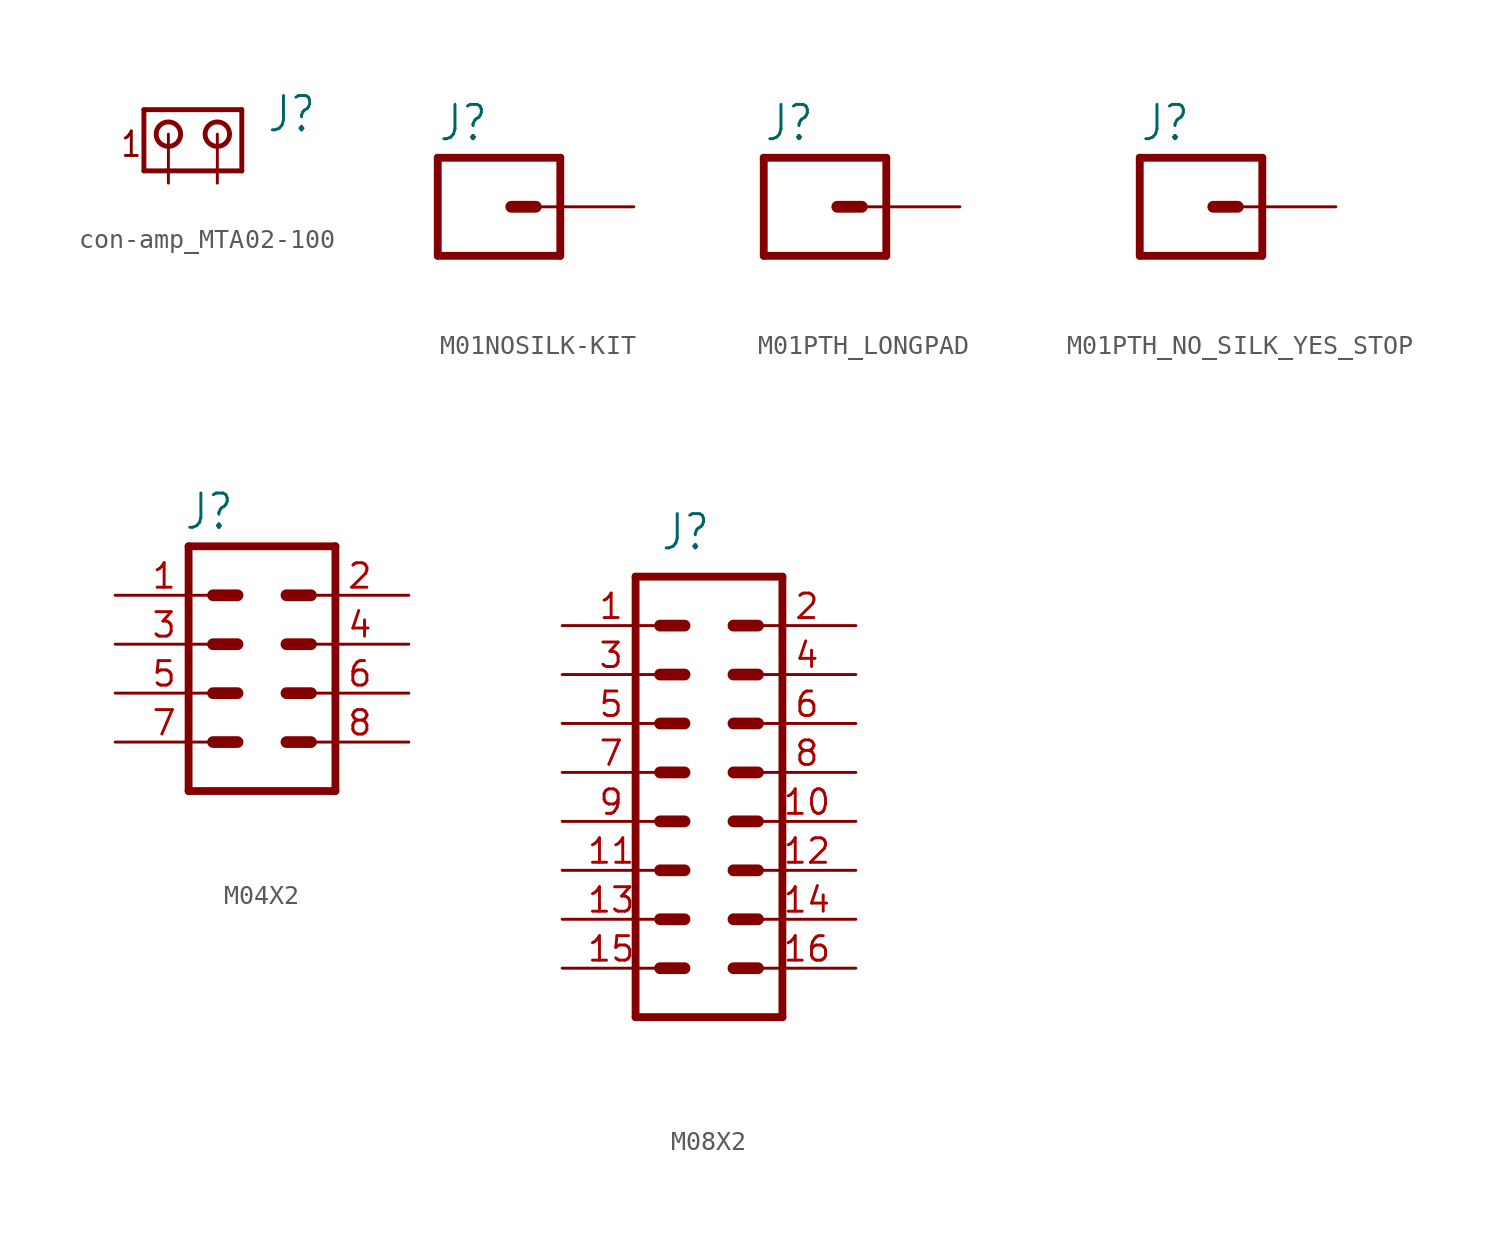
<source format=kicad_sym>
(kicad_symbol_lib
  (version 20231120)
  (generator "kicad_symbol_editor")
  (generator_version "8.0")
  (symbol "con-amp_MTA02-100"
    (property "Reference" "J"
      (at 5.08 0 0)
      (effects (font (size 1.778 1.511)) (justify left bottom)))
    (property "Value" ""
      (at 5.08 -3.81 0)
      (effects (font (size 1.778 1.511)) (justify left bottom)))
    (property "ki_locked" ""
      (at 0 0 0)
      (effects (font (size 1.27 1.27))))
    (symbol "con-amp_MTA02-100_1_0"
      (polyline (pts (xy -1.27 1.27) (xy -1.27 -1.905)) (stroke (width 0.254) (type solid)) (fill (type none)))
      (polyline (pts (xy -1.27 1.27) (xy 3.81 1.27)) (stroke (width 0.254) (type solid)) (fill (type none)))
      (polyline (pts (xy 3.81 -1.905) (xy -1.27 -1.905)) (stroke (width 0.254) (type solid)) (fill (type none)))
      (polyline (pts (xy 3.81 -1.905) (xy 3.81 1.27)) (stroke (width 0.254) (type solid)) (fill (type none)))
      (circle (center 0 0) (radius 0.635) (stroke (width 0.254) (type solid)) (fill (type none)))
      (circle (center 2.54 0) (radius 0.635) (stroke (width 0.254) (type solid)) (fill (type none)))
      (text "1" (at -2.54 -1.27 0) (effects (font (size 1.27 1.079)) (justify left bottom)))
      (pin passive line (at 0 -2.54 90) (length 2.54) (name "1" (effects (font (size 0 0)))) (number "1" (effects (font (size 0 0)))))
      (pin passive line (at 2.54 -2.54 90) (length 2.54) (name "2" (effects (font (size 0 0)))) (number "2" (effects (font (size 0 0)))))))
  (symbol "M01NOSILK-KIT"
    (property "Reference" "J"
      (at -2.54 3.302 0)
      (effects (font (size 1.778 1.511)) (justify left bottom)))
    (property "Value" ""
      (at -2.54 -5.08 0)
      (effects (font (size 1.778 1.511)) (justify left bottom)))
    (property "ki_locked" ""
      (at 0 0 0)
      (effects (font (size 1.27 1.27))))
    (symbol "M01NOSILK-KIT_1_0"
      (polyline (pts (xy -2.54 2.54) (xy -2.54 -2.54)) (stroke (width 0.406) (type solid)) (fill (type none)))
      (polyline (pts (xy -2.54 2.54) (xy 3.81 2.54)) (stroke (width 0.406) (type solid)) (fill (type none)))
      (polyline (pts (xy 1.27 0) (xy 2.54 0)) (stroke (width 0.61) (type solid)) (fill (type none)))
      (polyline (pts (xy 3.81 -2.54) (xy -2.54 -2.54)) (stroke (width 0.406) (type solid)) (fill (type none)))
      (polyline (pts (xy 3.81 -2.54) (xy 3.81 2.54)) (stroke (width 0.406) (type solid)) (fill (type none)))
      (pin passive line (at 7.62 0 180) (length 5.08) (name "1" (effects (font (size 0 0)))) (number "1" (effects (font (size 0 0)))))))
  (symbol "M01PTH_LONGPAD"
    (property "Reference" "J"
      (at -2.54 3.302 0)
      (effects (font (size 1.778 1.511)) (justify left bottom)))
    (property "Value" ""
      (at -2.54 -5.08 0)
      (effects (font (size 1.778 1.511)) (justify left bottom)))
    (property "ki_locked" ""
      (at 0 0 0)
      (effects (font (size 1.27 1.27))))
    (symbol "M01PTH_LONGPAD_1_0"
      (polyline (pts (xy -2.54 2.54) (xy -2.54 -2.54)) (stroke (width 0.406) (type solid)) (fill (type none)))
      (polyline (pts (xy -2.54 2.54) (xy 3.81 2.54)) (stroke (width 0.406) (type solid)) (fill (type none)))
      (polyline (pts (xy 1.27 0) (xy 2.54 0)) (stroke (width 0.61) (type solid)) (fill (type none)))
      (polyline (pts (xy 3.81 -2.54) (xy -2.54 -2.54)) (stroke (width 0.406) (type solid)) (fill (type none)))
      (polyline (pts (xy 3.81 -2.54) (xy 3.81 2.54)) (stroke (width 0.406) (type solid)) (fill (type none)))
      (pin passive line (at 7.62 0 180) (length 5.08) (name "1" (effects (font (size 0 0)))) (number "1" (effects (font (size 0 0)))))))
  (symbol "M01PTH_NO_SILK_YES_STOP"
    (property "Reference" "J"
      (at -2.54 3.302 0)
      (effects (font (size 1.778 1.511)) (justify left bottom)))
    (property "Value" ""
      (at -2.54 -5.08 0)
      (effects (font (size 1.778 1.511)) (justify left bottom)))
    (property "ki_locked" ""
      (at 0 0 0)
      (effects (font (size 1.27 1.27))))
    (symbol "M01PTH_NO_SILK_YES_STOP_1_0"
      (polyline (pts (xy -2.54 2.54) (xy -2.54 -2.54)) (stroke (width 0.406) (type solid)) (fill (type none)))
      (polyline (pts (xy -2.54 2.54) (xy 3.81 2.54)) (stroke (width 0.406) (type solid)) (fill (type none)))
      (polyline (pts (xy 1.27 0) (xy 2.54 0)) (stroke (width 0.61) (type solid)) (fill (type none)))
      (polyline (pts (xy 3.81 -2.54) (xy -2.54 -2.54)) (stroke (width 0.406) (type solid)) (fill (type none)))
      (polyline (pts (xy 3.81 -2.54) (xy 3.81 2.54)) (stroke (width 0.406) (type solid)) (fill (type none)))
      (pin passive line (at 7.62 0 180) (length 5.08) (name "1" (effects (font (size 0 0)))) (number "1" (effects (font (size 0 0)))))))
  (symbol "M04X2"
    (property "Reference" "J"
      (at -4.064 8.382 0)
      (effects (font (size 1.778 1.511)) (justify left bottom)))
    (property "Value" ""
      (at -4.572 -7.62 0)
      (effects (font (size 1.778 1.511)) (justify left bottom)))
    (property "ki_locked" ""
      (at 0 0 0)
      (effects (font (size 1.27 1.27))))
    (symbol "M04X2_1_0"
      (polyline (pts (xy -3.81 7.62) (xy -3.81 -5.08)) (stroke (width 0.406) (type solid)) (fill (type none)))
      (polyline (pts (xy -3.81 7.62) (xy 3.81 7.62)) (stroke (width 0.406) (type solid)) (fill (type none)))
      (polyline (pts (xy -1.27 -2.54) (xy -2.54 -2.54)) (stroke (width 0.61) (type solid)) (fill (type none)))
      (polyline (pts (xy -1.27 0) (xy -2.54 0)) (stroke (width 0.61) (type solid)) (fill (type none)))
      (polyline (pts (xy -1.27 2.54) (xy -2.54 2.54)) (stroke (width 0.61) (type solid)) (fill (type none)))
      (polyline (pts (xy -1.27 5.08) (xy -2.54 5.08)) (stroke (width 0.61) (type solid)) (fill (type none)))
      (polyline (pts (xy 1.27 -2.54) (xy 2.54 -2.54)) (stroke (width 0.61) (type solid)) (fill (type none)))
      (polyline (pts (xy 1.27 0) (xy 2.54 0)) (stroke (width 0.61) (type solid)) (fill (type none)))
      (polyline (pts (xy 1.27 2.54) (xy 2.54 2.54)) (stroke (width 0.61) (type solid)) (fill (type none)))
      (polyline (pts (xy 1.27 5.08) (xy 2.54 5.08)) (stroke (width 0.61) (type solid)) (fill (type none)))
      (polyline (pts (xy 3.81 -5.08) (xy -3.81 -5.08)) (stroke (width 0.406) (type solid)) (fill (type none)))
      (polyline (pts (xy 3.81 -5.08) (xy 3.81 7.62)) (stroke (width 0.406) (type solid)) (fill (type none)))
      (pin passive line (at -7.62 5.08 0) (length 5.08) (name "1" (effects (font (size 0 0)))) (number "1" (effects (font (size 1.27 1.27)))))
      (pin passive line (at 7.62 5.08 180) (length 5.08) (name "2" (effects (font (size 0 0)))) (number "2" (effects (font (size 1.27 1.27)))))
      (pin passive line (at -7.62 2.54 0) (length 5.08) (name "3" (effects (font (size 0 0)))) (number "3" (effects (font (size 1.27 1.27)))))
      (pin passive line (at 7.62 2.54 180) (length 5.08) (name "4" (effects (font (size 0 0)))) (number "4" (effects (font (size 1.27 1.27)))))
      (pin passive line (at -7.62 0 0) (length 5.08) (name "5" (effects (font (size 0 0)))) (number "5" (effects (font (size 1.27 1.27)))))
      (pin passive line (at 7.62 0 180) (length 5.08) (name "6" (effects (font (size 0 0)))) (number "6" (effects (font (size 1.27 1.27)))))
      (pin passive line (at -7.62 -2.54 0) (length 5.08) (name "7" (effects (font (size 0 0)))) (number "7" (effects (font (size 1.27 1.27)))))
      (pin passive line (at 7.62 -2.54 180) (length 5.08) (name "8" (effects (font (size 0 0)))) (number "8" (effects (font (size 1.27 1.27)))))))
  (symbol "M08X2"
    (property "Reference" "J"
      (at -2.54 13.97 0)
      (effects (font (size 1.778 1.511)) (justify left bottom)))
    (property "Value" ""
      (at -2.54 -12.7 0)
      (effects (font (size 1.778 1.511)) (justify left bottom)))
    (property "ki_locked" ""
      (at 0 0 0)
      (effects (font (size 1.27 1.27))))
    (symbol "M08X2_1_0"
      (polyline (pts (xy -3.81 12.7) (xy -3.81 -10.16)) (stroke (width 0.406) (type solid)) (fill (type none)))
      (polyline (pts (xy -3.81 12.7) (xy 3.81 12.7)) (stroke (width 0.406) (type solid)) (fill (type none)))
      (polyline (pts (xy -1.27 -7.62) (xy -2.54 -7.62)) (stroke (width 0.61) (type solid)) (fill (type none)))
      (polyline (pts (xy -1.27 -5.08) (xy -2.54 -5.08)) (stroke (width 0.61) (type solid)) (fill (type none)))
      (polyline (pts (xy -1.27 -2.54) (xy -2.54 -2.54)) (stroke (width 0.61) (type solid)) (fill (type none)))
      (polyline (pts (xy -1.27 0) (xy -2.54 0)) (stroke (width 0.61) (type solid)) (fill (type none)))
      (polyline (pts (xy -1.27 2.54) (xy -2.54 2.54)) (stroke (width 0.61) (type solid)) (fill (type none)))
      (polyline (pts (xy -1.27 5.08) (xy -2.54 5.08)) (stroke (width 0.61) (type solid)) (fill (type none)))
      (polyline (pts (xy -1.27 7.62) (xy -2.54 7.62)) (stroke (width 0.61) (type solid)) (fill (type none)))
      (polyline (pts (xy -1.27 10.16) (xy -2.54 10.16)) (stroke (width 0.61) (type solid)) (fill (type none)))
      (polyline (pts (xy 1.27 -7.62) (xy 2.54 -7.62)) (stroke (width 0.61) (type solid)) (fill (type none)))
      (polyline (pts (xy 1.27 -5.08) (xy 2.54 -5.08)) (stroke (width 0.61) (type solid)) (fill (type none)))
      (polyline (pts (xy 1.27 -2.54) (xy 2.54 -2.54)) (stroke (width 0.61) (type solid)) (fill (type none)))
      (polyline (pts (xy 1.27 0) (xy 2.54 0)) (stroke (width 0.61) (type solid)) (fill (type none)))
      (polyline (pts (xy 1.27 2.54) (xy 2.54 2.54)) (stroke (width 0.61) (type solid)) (fill (type none)))
      (polyline (pts (xy 1.27 5.08) (xy 2.54 5.08)) (stroke (width 0.61) (type solid)) (fill (type none)))
      (polyline (pts (xy 1.27 7.62) (xy 2.54 7.62)) (stroke (width 0.61) (type solid)) (fill (type none)))
      (polyline (pts (xy 1.27 10.16) (xy 2.54 10.16)) (stroke (width 0.61) (type solid)) (fill (type none)))
      (polyline (pts (xy 3.81 -10.16) (xy -3.81 -10.16)) (stroke (width 0.406) (type solid)) (fill (type none)))
      (polyline (pts (xy 3.81 -10.16) (xy 3.81 12.7)) (stroke (width 0.406) (type solid)) (fill (type none)))
      (pin passive line (at -7.62 10.16 0) (length 5.08) (name "1" (effects (font (size 0 0)))) (number "1" (effects (font (size 1.27 1.27)))))
      (pin passive line (at 7.62 0 180) (length 5.08) (name "10" (effects (font (size 0 0)))) (number "10" (effects (font (size 1.27 1.27)))))
      (pin passive line (at -7.62 -2.54 0) (length 5.08) (name "11" (effects (font (size 0 0)))) (number "11" (effects (font (size 1.27 1.27)))))
      (pin passive line (at 7.62 -2.54 180) (length 5.08) (name "12" (effects (font (size 0 0)))) (number "12" (effects (font (size 1.27 1.27)))))
      (pin passive line (at -7.62 -5.08 0) (length 5.08) (name "13" (effects (font (size 0 0)))) (number "13" (effects (font (size 1.27 1.27)))))
      (pin passive line (at 7.62 -5.08 180) (length 5.08) (name "14" (effects (font (size 0 0)))) (number "14" (effects (font (size 1.27 1.27)))))
      (pin passive line (at -7.62 -7.62 0) (length 5.08) (name "15" (effects (font (size 0 0)))) (number "15" (effects (font (size 1.27 1.27)))))
      (pin passive line (at 7.62 -7.62 180) (length 5.08) (name "16" (effects (font (size 0 0)))) (number "16" (effects (font (size 1.27 1.27)))))
      (pin passive line (at 7.62 10.16 180) (length 5.08) (name "2" (effects (font (size 0 0)))) (number "2" (effects (font (size 1.27 1.27)))))
      (pin passive line (at -7.62 7.62 0) (length 5.08) (name "3" (effects (font (size 0 0)))) (number "3" (effects (font (size 1.27 1.27)))))
      (pin passive line (at 7.62 7.62 180) (length 5.08) (name "4" (effects (font (size 0 0)))) (number "4" (effects (font (size 1.27 1.27)))))
      (pin passive line (at -7.62 5.08 0) (length 5.08) (name "5" (effects (font (size 0 0)))) (number "5" (effects (font (size 1.27 1.27)))))
      (pin passive line (at 7.62 5.08 180) (length 5.08) (name "6" (effects (font (size 0 0)))) (number "6" (effects (font (size 1.27 1.27)))))
      (pin passive line (at -7.62 2.54 0) (length 5.08) (name "7" (effects (font (size 0 0)))) (number "7" (effects (font (size 1.27 1.27)))))
      (pin passive line (at 7.62 2.54 180) (length 5.08) (name "8" (effects (font (size 0 0)))) (number "8" (effects (font (size 1.27 1.27)))))
      (pin passive line (at -7.62 0 0) (length 5.08) (name "9" (effects (font (size 0 0)))) (number "9" (effects (font (size 1.27 1.27))))))))
</source>
